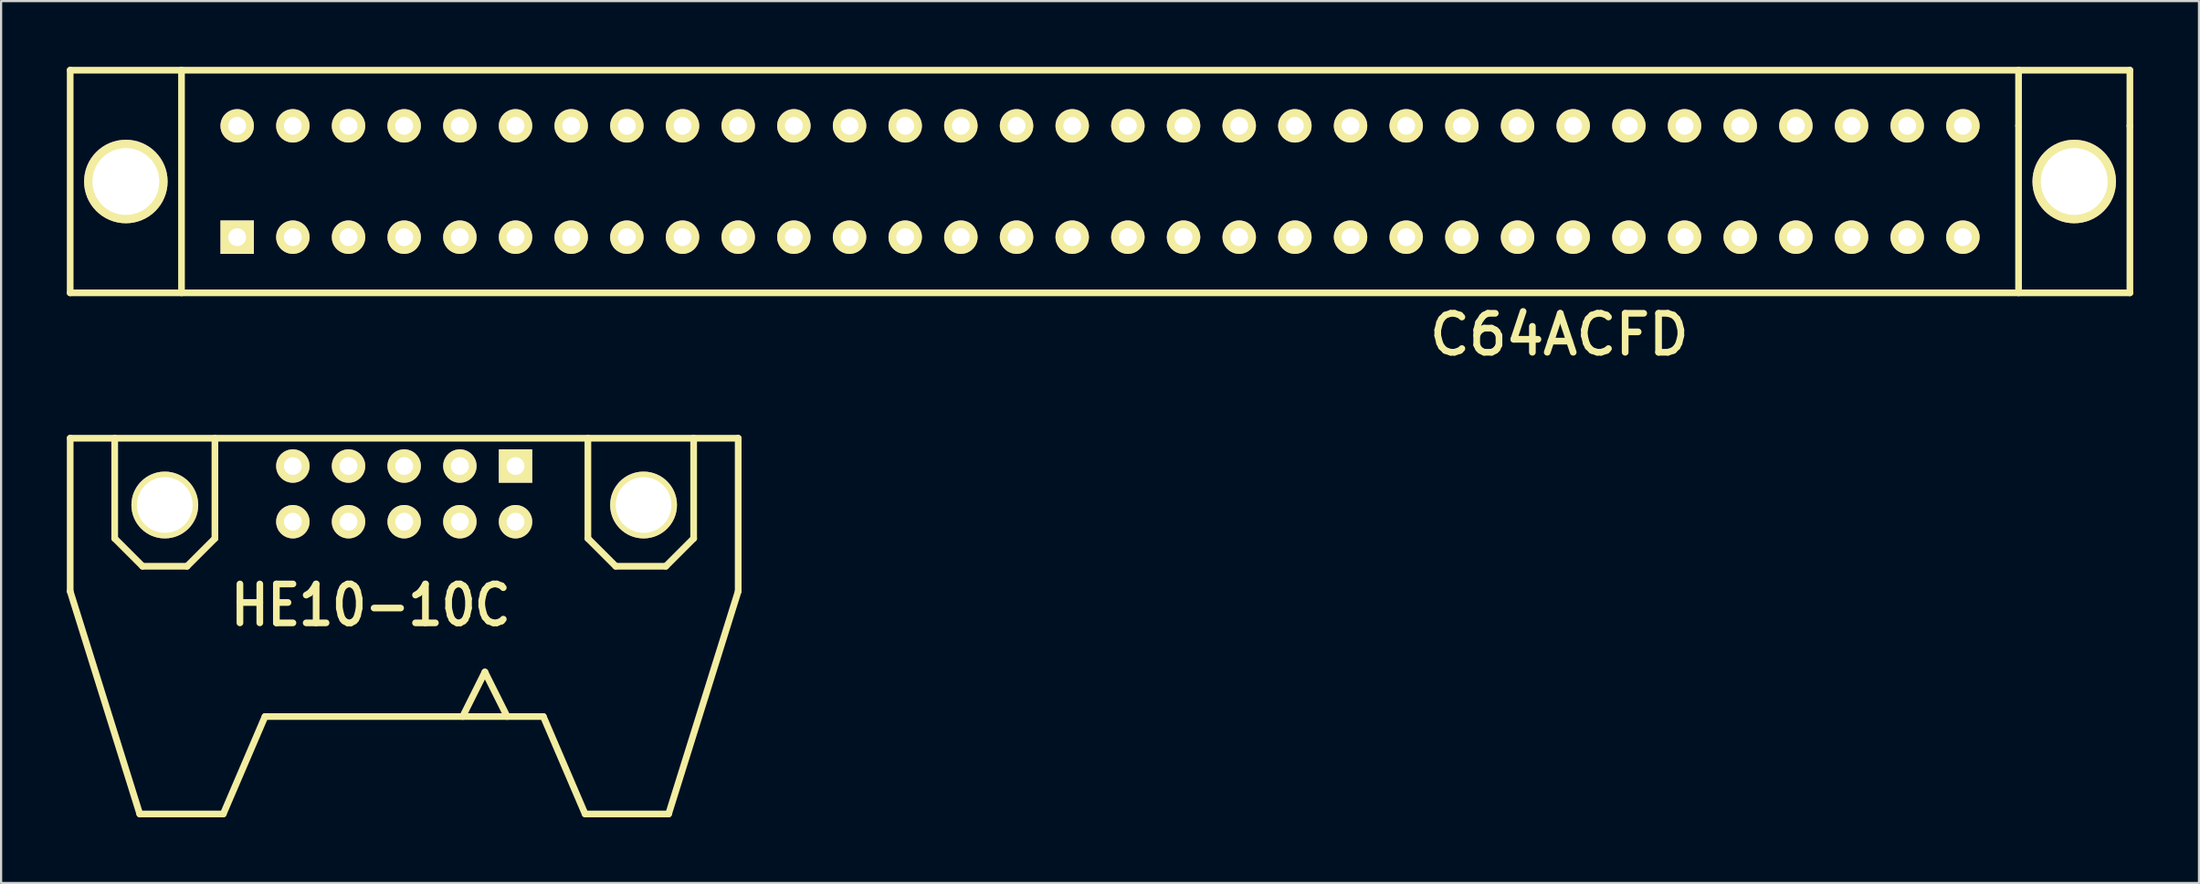
<source format=kicad_pcb>
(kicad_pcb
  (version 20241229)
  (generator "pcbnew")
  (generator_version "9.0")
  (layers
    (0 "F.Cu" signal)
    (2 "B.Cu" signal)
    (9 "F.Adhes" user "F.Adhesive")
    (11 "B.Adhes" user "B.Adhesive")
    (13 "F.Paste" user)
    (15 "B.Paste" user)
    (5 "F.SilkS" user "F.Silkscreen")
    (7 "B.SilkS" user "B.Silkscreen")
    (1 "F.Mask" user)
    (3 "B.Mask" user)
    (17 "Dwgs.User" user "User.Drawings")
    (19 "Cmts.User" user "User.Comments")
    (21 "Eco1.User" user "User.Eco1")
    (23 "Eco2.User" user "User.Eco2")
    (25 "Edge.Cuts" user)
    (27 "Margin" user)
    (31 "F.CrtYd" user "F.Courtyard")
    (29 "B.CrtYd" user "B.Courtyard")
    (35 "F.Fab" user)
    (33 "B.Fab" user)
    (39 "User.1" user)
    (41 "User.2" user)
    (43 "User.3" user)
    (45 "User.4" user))
  (footprint "HE10-10C"
    (layer "F.Cu")
    (at 15.392 19.485)
    (property "Reference" "HE10-10C" (at -1.524 5.08 180) (layer "F.SilkS") (effects (font (size 1.775 1.587) (thickness 0.305))))
    (attr through_hole)
    (fp_line (start -15.24 -2.54) (end -15.24 4.445) (stroke (width 0.305) (type solid)) (layer "F.SilkS"))
    (fp_line (start -15.24 4.445) (end -12.065 14.605) (stroke (width 0.305) (type solid)) (layer "F.SilkS"))
    (fp_line (start -13.208 2.032) (end -13.208 -2.54) (stroke (width 0.305) (type solid)) (layer "F.SilkS"))
    (fp_line (start -12.065 14.605) (end -8.255 14.605) (stroke (width 0.305) (type solid)) (layer "F.SilkS"))
    (fp_line (start -11.938 3.302) (end -13.208 2.032) (stroke (width 0.305) (type solid)) (layer "F.SilkS"))
    (fp_line (start -9.906 3.302) (end -11.938 3.302) (stroke (width 0.305) (type solid)) (layer "F.SilkS"))
    (fp_line (start -8.636 -2.54) (end -8.636 2.032) (stroke (width 0.305) (type solid)) (layer "F.SilkS"))
    (fp_line (start -8.636 2.032) (end -9.906 3.302) (stroke (width 0.305) (type solid)) (layer "F.SilkS"))
    (fp_line (start -8.255 14.605) (end -6.35 10.16) (stroke (width 0.305) (type solid)) (layer "F.SilkS"))
    (fp_line (start -6.35 10.16) (end 6.35 10.16) (stroke (width 0.305) (type solid)) (layer "F.SilkS"))
    (fp_line (start 3.683 8.128) (end 2.667 10.16) (stroke (width 0.305) (type solid)) (layer "F.SilkS"))
    (fp_line (start 4.699 10.16) (end 3.683 8.128) (stroke (width 0.305) (type solid)) (layer "F.SilkS"))
    (fp_line (start 8.255 14.605) (end 6.35 10.16) (stroke (width 0.305) (type solid)) (layer "F.SilkS"))
    (fp_line (start 8.382 2.032) (end 8.382 -2.54) (stroke (width 0.305) (type solid)) (layer "F.SilkS"))
    (fp_line (start 9.652 3.302) (end 8.382 2.032) (stroke (width 0.305) (type solid)) (layer "F.SilkS"))
    (fp_line (start 11.938 3.302) (end 9.652 3.302) (stroke (width 0.305) (type solid)) (layer "F.SilkS"))
    (fp_line (start 12.065 14.605) (end 8.255 14.605) (stroke (width 0.305) (type solid)) (layer "F.SilkS"))
    (fp_line (start 13.208 -2.54) (end 13.208 2.032) (stroke (width 0.305) (type solid)) (layer "F.SilkS"))
    (fp_line (start 13.208 2.032) (end 11.938 3.302) (stroke (width 0.305) (type solid)) (layer "F.SilkS"))
    (fp_line (start 15.24 -2.54) (end -15.24 -2.54) (stroke (width 0.305) (type solid)) (layer "F.SilkS"))
    (fp_line (start 15.24 -2.54) (end 15.24 4.445) (stroke (width 0.305) (type solid)) (layer "F.SilkS"))
    (fp_line (start 15.24 4.445) (end 12.065 14.605) (stroke (width 0.305) (type solid)) (layer "F.SilkS"))
    (pad "0" thru_hole circle (at -10.922 0.508) (size 3.048 3.048) (drill 2.54) (layers "*.Cu" "*.Mask" "F.SilkS"))
    (pad "0" thru_hole circle (at 10.922 0.508) (size 3.048 3.048) (drill 2.54) (layers "*.Cu" "*.Mask" "F.SilkS"))
    (pad "1" thru_hole rect (at 5.08 -1.27) (size 1.524 1.524) (drill 0.813) (layers "*.Cu" "*.Mask" "F.SilkS"))
    (pad "2" thru_hole circle (at 5.08 1.27) (size 1.524 1.524) (drill 0.813) (layers "*.Cu" "*.Mask" "F.SilkS"))
    (pad "3" thru_hole circle (at 2.54 -1.27) (size 1.524 1.524) (drill 0.813) (layers "*.Cu" "*.Mask" "F.SilkS"))
    (pad "4" thru_hole circle (at 2.54 1.27) (size 1.524 1.524) (drill 0.813) (layers "*.Cu" "*.Mask" "F.SilkS"))
    (pad "5" thru_hole circle (at 0 -1.27) (size 1.524 1.524) (drill 0.813) (layers "*.Cu" "*.Mask" "F.SilkS"))
    (pad "6" thru_hole circle (at 0 1.27) (size 1.524 1.524) (drill 0.813) (layers "*.Cu" "*.Mask" "F.SilkS"))
    (pad "7" thru_hole circle (at -2.54 -1.27) (size 1.524 1.524) (drill 0.813) (layers "*.Cu" "*.Mask" "F.SilkS"))
    (pad "8" thru_hole circle (at -2.54 1.27) (size 1.524 1.524) (drill 0.813) (layers "*.Cu" "*.Mask" "F.SilkS"))
    (pad "9" thru_hole circle (at -5.08 -1.27) (size 1.524 1.524) (drill 0.813) (layers "*.Cu" "*.Mask" "F.SilkS"))
    (pad "10" thru_hole circle (at -5.08 1.27) (size 1.524 1.524) (drill 0.813) (layers "*.Cu" "*.Mask" "F.SilkS")))
  (footprint "C64ACFD"
    (layer "F.Cu")
    (at 47.142 5.232)
    (property "Reference" "C64ACFD" (at 20.955 6.985 0) (layer "F.SilkS") (effects (font (size 1.778 1.778) (thickness 0.305))))
    (attr through_hole)
    (fp_line (start -46.99 5.08) (end -46.99 -5.08) (stroke (width 0.305) (type solid)) (layer "F.SilkS"))
    (fp_line (start -41.91 -5.08) (end -41.91 5.08) (stroke (width 0.305) (type solid)) (layer "F.SilkS"))
    (fp_line (start 41.91 -2.54) (end 41.91 -5.08) (stroke (width 0.305) (type solid)) (layer "F.SilkS"))
    (fp_line (start 41.91 -2.54) (end 41.91 5.08) (stroke (width 0.305) (type solid)) (layer "F.SilkS"))
    (fp_line (start 46.99 -5.08) (end -46.99 -5.08) (stroke (width 0.305) (type solid)) (layer "F.SilkS"))
    (fp_line (start 46.99 -2.54) (end 46.99 -5.08) (stroke (width 0.305) (type solid)) (layer "F.SilkS"))
    (fp_line (start 46.99 -2.54) (end 46.99 5.08) (stroke (width 0.305) (type solid)) (layer "F.SilkS"))
    (fp_line (start 46.99 5.08) (end -46.99 5.08) (stroke (width 0.305) (type solid)) (layer "F.SilkS"))
    (pad "65" thru_hole circle (at 44.45 0) (size 3.81 3.81) (drill 3.048) (layers "*.Cu" "*.Mask" "F.SilkS"))
    (pad "66" thru_hole circle (at -44.45 0) (size 3.81 3.81) (drill 3.048) (layers "*.Cu" "*.Mask" "F.SilkS"))
    (pad "A1" thru_hole rect (at -39.37 2.54) (size 1.524 1.524) (drill 0.813) (layers "*.Cu" "*.Mask" "F.SilkS"))
    (pad "A2" thru_hole circle (at -36.83 2.54) (size 1.524 1.524) (drill 0.813) (layers "*.Cu" "*.Mask" "F.SilkS"))
    (pad "A3" thru_hole circle (at -34.29 2.54) (size 1.524 1.524) (drill 0.813) (layers "*.Cu" "*.Mask" "F.SilkS"))
    (pad "A4" thru_hole circle (at -31.75 2.54) (size 1.524 1.524) (drill 0.813) (layers "*.Cu" "*.Mask" "F.SilkS"))
    (pad "A5" thru_hole circle (at -29.21 2.54) (size 1.524 1.524) (drill 0.813) (layers "*.Cu" "*.Mask" "F.SilkS"))
    (pad "A6" thru_hole circle (at -26.67 2.54) (size 1.524 1.524) (drill 0.813) (layers "*.Cu" "*.Mask" "F.SilkS"))
    (pad "A7" thru_hole circle (at -24.13 2.54) (size 1.524 1.524) (drill 0.813) (layers "*.Cu" "*.Mask" "F.SilkS"))
    (pad "A8" thru_hole circle (at -21.59 2.54) (size 1.524 1.524) (drill 0.813) (layers "*.Cu" "*.Mask" "F.SilkS"))
    (pad "A9" thru_hole circle (at -19.05 2.54) (size 1.524 1.524) (drill 0.813) (layers "*.Cu" "*.Mask" "F.SilkS"))
    (pad "A10" thru_hole circle (at -16.51 2.54) (size 1.524 1.524) (drill 0.813) (layers "*.Cu" "*.Mask" "F.SilkS"))
    (pad "A11" thru_hole circle (at -13.97 2.54) (size 1.524 1.524) (drill 0.813) (layers "*.Cu" "*.Mask" "F.SilkS"))
    (pad "A12" thru_hole circle (at -11.43 2.54) (size 1.524 1.524) (drill 0.813) (layers "*.Cu" "*.Mask" "F.SilkS"))
    (pad "A13" thru_hole circle (at -8.89 2.54) (size 1.524 1.524) (drill 0.813) (layers "*.Cu" "*.Mask" "F.SilkS"))
    (pad "A14" thru_hole circle (at -6.35 2.54) (size 1.524 1.524) (drill 0.813) (layers "*.Cu" "*.Mask" "F.SilkS"))
    (pad "A15" thru_hole circle (at -3.81 2.54) (size 1.524 1.524) (drill 0.813) (layers "*.Cu" "*.Mask" "F.SilkS"))
    (pad "A16" thru_hole circle (at -1.27 2.54) (size 1.524 1.524) (drill 0.813) (layers "*.Cu" "*.Mask" "F.SilkS"))
    (pad "A17" thru_hole circle (at 1.27 2.54) (size 1.524 1.524) (drill 0.813) (layers "*.Cu" "*.Mask" "F.SilkS"))
    (pad "A18" thru_hole circle (at 3.81 2.54) (size 1.524 1.524) (drill 0.813) (layers "*.Cu" "*.Mask" "F.SilkS"))
    (pad "A19" thru_hole circle (at 6.35 2.54) (size 1.524 1.524) (drill 0.813) (layers "*.Cu" "*.Mask" "F.SilkS"))
    (pad "A20" thru_hole circle (at 8.89 2.54) (size 1.524 1.524) (drill 0.813) (layers "*.Cu" "*.Mask" "F.SilkS"))
    (pad "A21" thru_hole circle (at 11.43 2.54) (size 1.524 1.524) (drill 0.813) (layers "*.Cu" "*.Mask" "F.SilkS"))
    (pad "A22" thru_hole circle (at 13.97 2.54) (size 1.524 1.524) (drill 0.813) (layers "*.Cu" "*.Mask" "F.SilkS"))
    (pad "A23" thru_hole circle (at 16.51 2.54) (size 1.524 1.524) (drill 0.813) (layers "*.Cu" "*.Mask" "F.SilkS"))
    (pad "A24" thru_hole circle (at 19.05 2.54) (size 1.524 1.524) (drill 0.813) (layers "*.Cu" "*.Mask" "F.SilkS"))
    (pad "A25" thru_hole circle (at 21.59 2.54) (size 1.524 1.524) (drill 0.813) (layers "*.Cu" "*.Mask" "F.SilkS"))
    (pad "A26" thru_hole circle (at 24.13 2.54) (size 1.524 1.524) (drill 0.813) (layers "*.Cu" "*.Mask" "F.SilkS"))
    (pad "A27" thru_hole circle (at 26.67 2.54) (size 1.524 1.524) (drill 0.813) (layers "*.Cu" "*.Mask" "F.SilkS"))
    (pad "A28" thru_hole circle (at 29.21 2.54) (size 1.524 1.524) (drill 0.813) (layers "*.Cu" "*.Mask" "F.SilkS"))
    (pad "A29" thru_hole circle (at 31.75 2.54) (size 1.524 1.524) (drill 0.813) (layers "*.Cu" "*.Mask" "F.SilkS"))
    (pad "A30" thru_hole circle (at 34.29 2.54) (size 1.524 1.524) (drill 0.813) (layers "*.Cu" "*.Mask" "F.SilkS"))
    (pad "A31" thru_hole circle (at 36.83 2.54) (size 1.524 1.524) (drill 0.813) (layers "*.Cu" "*.Mask" "F.SilkS"))
    (pad "A32" thru_hole circle (at 39.37 2.54) (size 1.524 1.524) (drill 0.813) (layers "*.Cu" "*.Mask" "F.SilkS"))
    (pad "C1" thru_hole circle (at -39.37 -2.54) (size 1.524 1.524) (drill 0.813) (layers "*.Cu" "*.Mask" "F.SilkS"))
    (pad "C2" thru_hole circle (at -36.83 -2.54) (size 1.524 1.524) (drill 0.813) (layers "*.Cu" "*.Mask" "F.SilkS"))
    (pad "C3" thru_hole circle (at -34.29 -2.54) (size 1.524 1.524) (drill 0.813) (layers "*.Cu" "*.Mask" "F.SilkS"))
    (pad "C4" thru_hole circle (at -31.75 -2.54) (size 1.524 1.524) (drill 0.813) (layers "*.Cu" "*.Mask" "F.SilkS"))
    (pad "C5" thru_hole circle (at -29.21 -2.54) (size 1.524 1.524) (drill 0.813) (layers "*.Cu" "*.Mask" "F.SilkS"))
    (pad "C6" thru_hole circle (at -26.67 -2.54) (size 1.524 1.524) (drill 0.813) (layers "*.Cu" "*.Mask" "F.SilkS"))
    (pad "C7" thru_hole circle (at -24.13 -2.54) (size 1.524 1.524) (drill 0.813) (layers "*.Cu" "*.Mask" "F.SilkS"))
    (pad "C8" thru_hole circle (at -21.59 -2.54) (size 1.524 1.524) (drill 0.813) (layers "*.Cu" "*.Mask" "F.SilkS"))
    (pad "C9" thru_hole circle (at -19.05 -2.54) (size 1.524 1.524) (drill 0.813) (layers "*.Cu" "*.Mask" "F.SilkS"))
    (pad "C10" thru_hole circle (at -16.51 -2.54) (size 1.524 1.524) (drill 0.813) (layers "*.Cu" "*.Mask" "F.SilkS"))
    (pad "C11" thru_hole circle (at -13.97 -2.54) (size 1.524 1.524) (drill 0.813) (layers "*.Cu" "*.Mask" "F.SilkS"))
    (pad "C12" thru_hole circle (at -11.43 -2.54) (size 1.524 1.524) (drill 0.813) (layers "*.Cu" "*.Mask" "F.SilkS"))
    (pad "C13" thru_hole circle (at -8.89 -2.54) (size 1.524 1.524) (drill 0.813) (layers "*.Cu" "*.Mask" "F.SilkS"))
    (pad "C14" thru_hole circle (at -6.35 -2.54) (size 1.524 1.524) (drill 0.813) (layers "*.Cu" "*.Mask" "F.SilkS"))
    (pad "C15" thru_hole circle (at -3.81 -2.54) (size 1.524 1.524) (drill 0.813) (layers "*.Cu" "*.Mask" "F.SilkS"))
    (pad "C16" thru_hole circle (at -1.27 -2.54) (size 1.524 1.524) (drill 0.813) (layers "*.Cu" "*.Mask" "F.SilkS"))
    (pad "C17" thru_hole circle (at 1.27 -2.54) (size 1.524 1.524) (drill 0.813) (layers "*.Cu" "*.Mask" "F.SilkS"))
    (pad "C18" thru_hole circle (at 3.81 -2.54) (size 1.524 1.524) (drill 0.813) (layers "*.Cu" "*.Mask" "F.SilkS"))
    (pad "C19" thru_hole circle (at 6.35 -2.54) (size 1.524 1.524) (drill 0.813) (layers "*.Cu" "*.Mask" "F.SilkS"))
    (pad "C20" thru_hole circle (at 8.89 -2.54) (size 1.524 1.524) (drill 0.813) (layers "*.Cu" "*.Mask" "F.SilkS"))
    (pad "C21" thru_hole circle (at 11.43 -2.54) (size 1.524 1.524) (drill 0.813) (layers "*.Cu" "*.Mask" "F.SilkS"))
    (pad "C22" thru_hole circle (at 13.97 -2.54) (size 1.524 1.524) (drill 0.813) (layers "*.Cu" "*.Mask" "F.SilkS"))
    (pad "C23" thru_hole circle (at 16.51 -2.54) (size 1.524 1.524) (drill 0.813) (layers "*.Cu" "*.Mask" "F.SilkS"))
    (pad "C24" thru_hole circle (at 19.05 -2.54) (size 1.524 1.524) (drill 0.813) (layers "*.Cu" "*.Mask" "F.SilkS"))
    (pad "C25" thru_hole circle (at 21.59 -2.54) (size 1.524 1.524) (drill 0.813) (layers "*.Cu" "*.Mask" "F.SilkS"))
    (pad "C26" thru_hole circle (at 24.13 -2.54) (size 1.524 1.524) (drill 0.813) (layers "*.Cu" "*.Mask" "F.SilkS"))
    (pad "C27" thru_hole circle (at 26.67 -2.54) (size 1.524 1.524) (drill 0.813) (layers "*.Cu" "*.Mask" "F.SilkS"))
    (pad "C28" thru_hole circle (at 29.21 -2.54) (size 1.524 1.524) (drill 0.813) (layers "*.Cu" "*.Mask" "F.SilkS"))
    (pad "C29" thru_hole circle (at 31.75 -2.54) (size 1.524 1.524) (drill 0.813) (layers "*.Cu" "*.Mask" "F.SilkS"))
    (pad "C30" thru_hole circle (at 34.29 -2.54) (size 1.524 1.524) (drill 0.813) (layers "*.Cu" "*.Mask" "F.SilkS"))
    (pad "C31" thru_hole circle (at 36.83 -2.54) (size 1.524 1.524) (drill 0.813) (layers "*.Cu" "*.Mask" "F.SilkS"))
    (pad "C32" thru_hole circle (at 39.37 -2.54) (size 1.524 1.524) (drill 0.813) (layers "*.Cu" "*.Mask" "F.SilkS")))
  (gr_rect
    (start -3 -3)
    (end 97.285 37.242)
    (stroke (width 0.1) (type default))
    (fill no)
    (layer "Edge.Cuts")))
</source>
